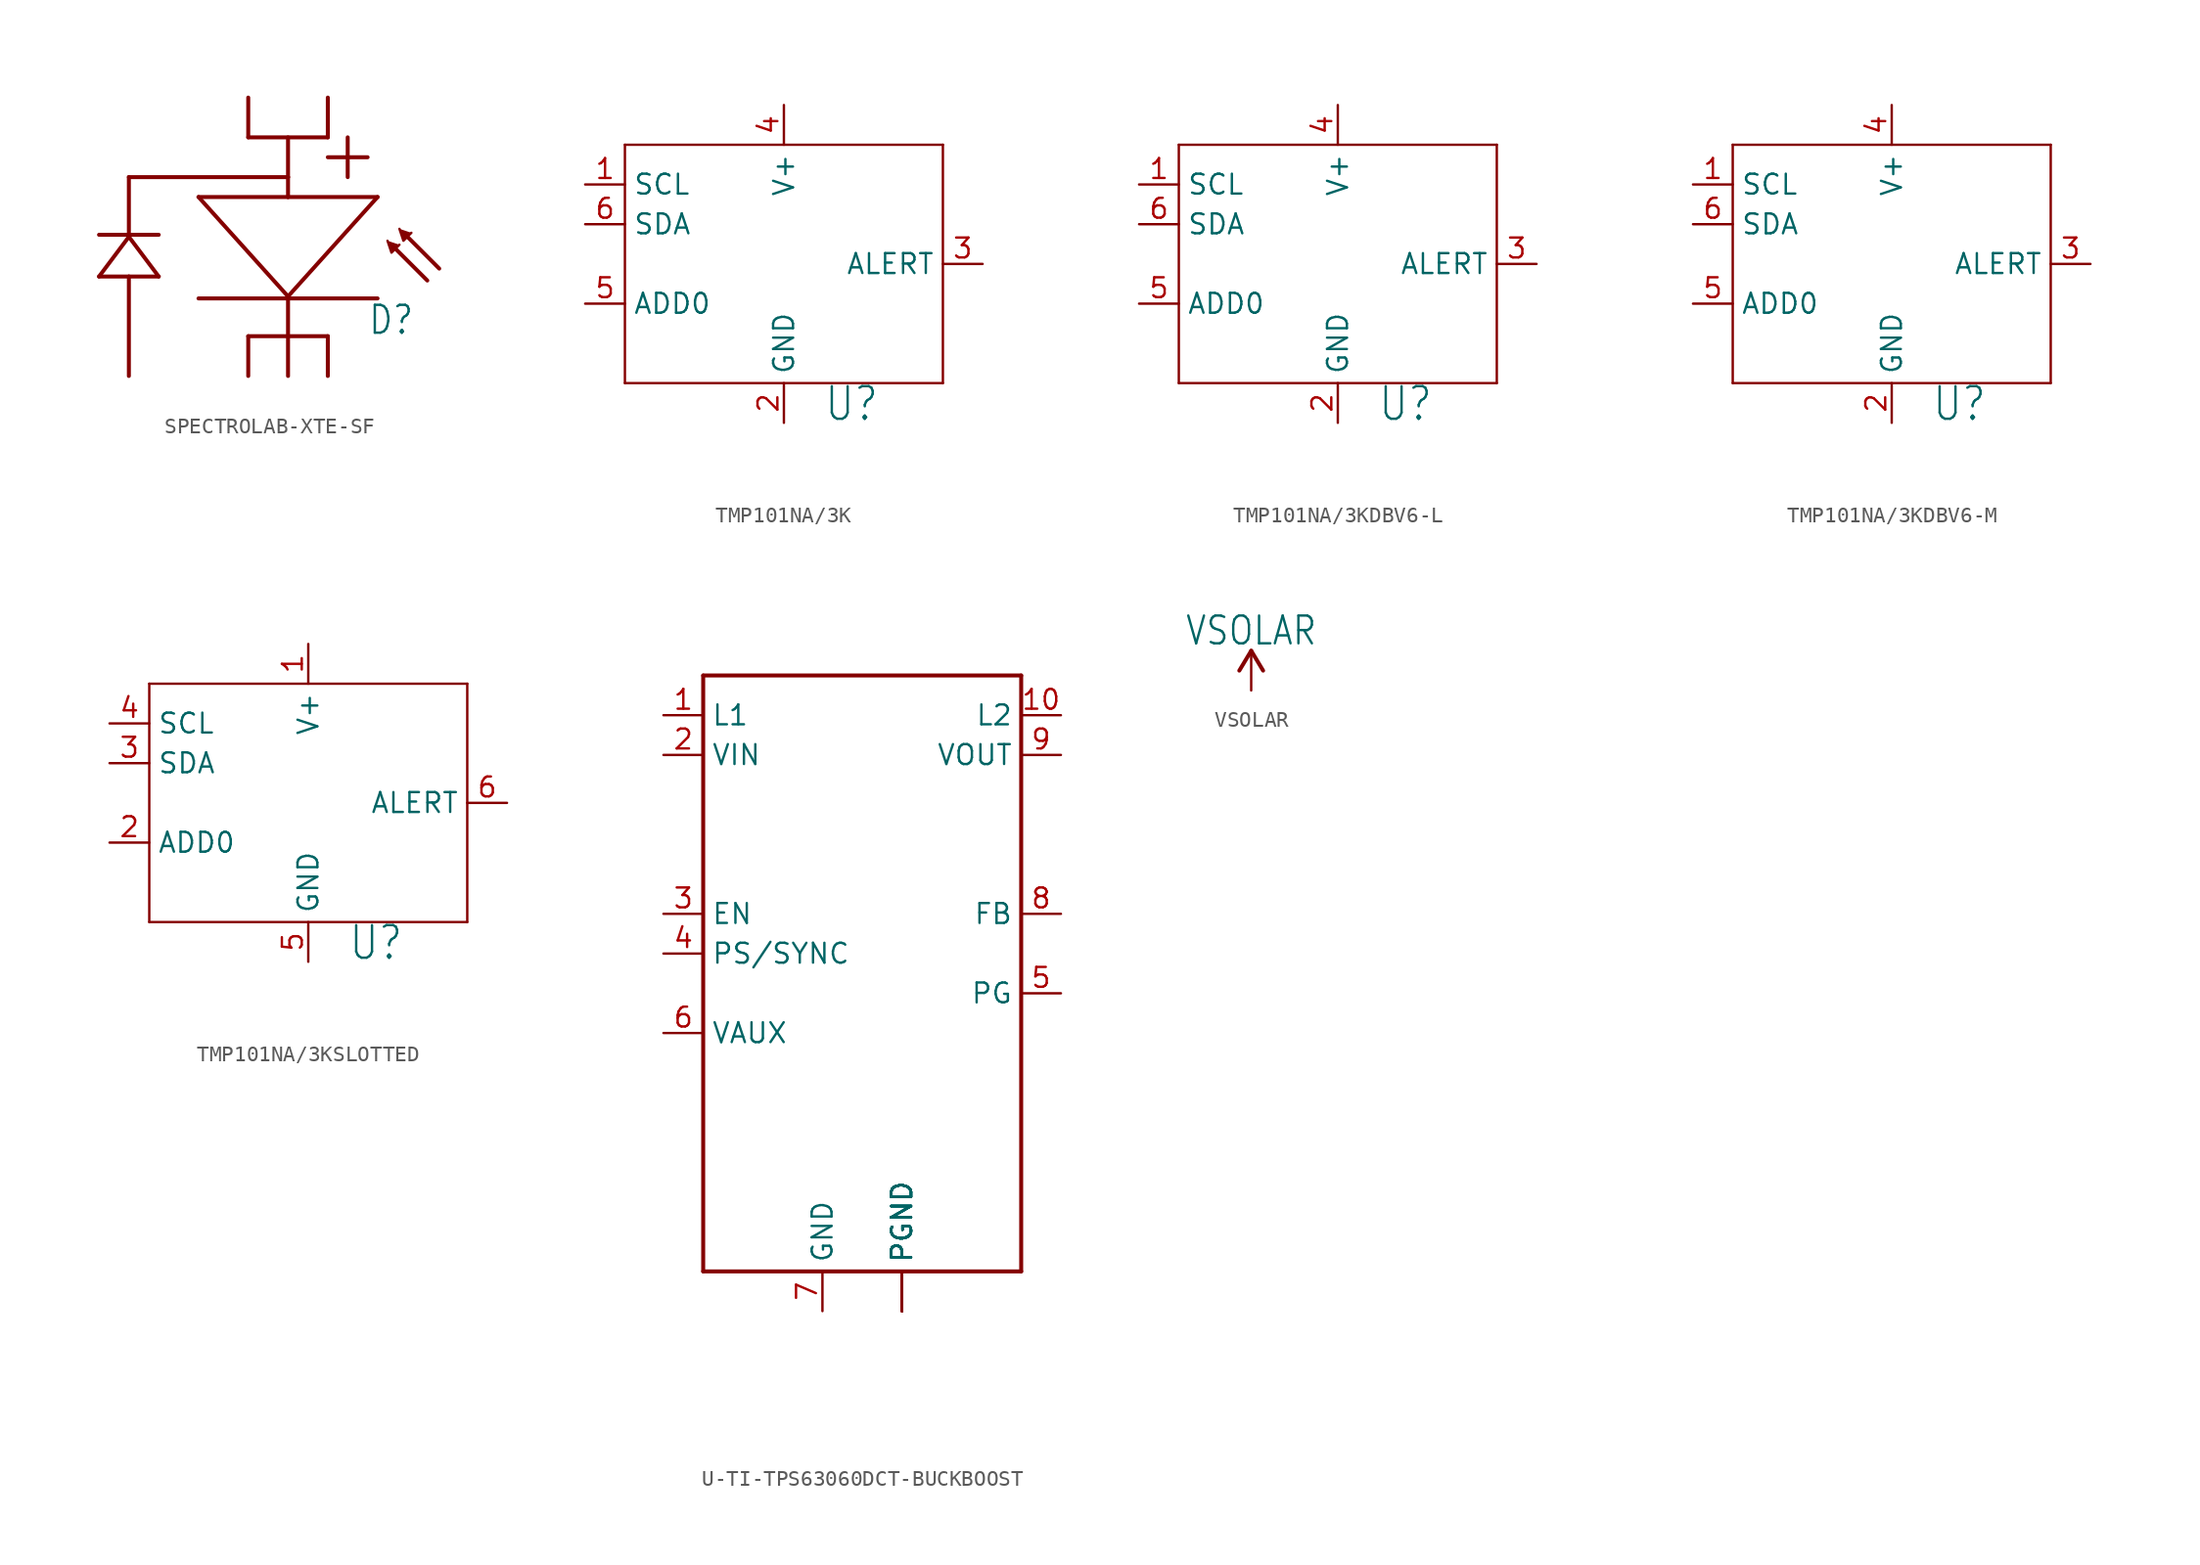
<source format=kicad_sym>
(kicad_symbol_lib
  (version 20220914)
  (generator kicad_symbol_editor)
  (symbol "SPECTROLAB-XTE-SF"
    (property "Reference" "D"
      (at 5.08 -6.35 0)
      (effects (font (size 1.778 1.511)) (justify left bottom)))
    (property "Value" ""
      (at 5.08 -8.89 0)
      (effects (font (size 1.778 1.511)) (justify left bottom)))
    (property "ki_locked" ""
      (at 0 0 0)
      (effects (font (size 1.27 1.27))))
    (symbol "SPECTROLAB-XTE-SF_1_0"
      (polyline (pts (xy -12.065 -2.54) (xy -10.16 -2.54)) (stroke (width 0.254) (type solid)) (fill (type none)))
      (polyline (pts (xy -12.065 0.127) (xy -8.255 0.127)) (stroke (width 0.254) (type solid)) (fill (type none)))
      (polyline (pts (xy -10.16 -2.54) (xy -10.16 -8.89)) (stroke (width 0.254) (type solid)) (fill (type none)))
      (polyline (pts (xy -10.16 -2.54) (xy -8.255 -2.54)) (stroke (width 0.254) (type solid)) (fill (type none)))
      (polyline (pts (xy -10.16 0) (xy -12.065 -2.54)) (stroke (width 0.254) (type solid)) (fill (type none)))
      (polyline (pts (xy -10.16 0) (xy -10.16 3.81)) (stroke (width 0.254) (type solid)) (fill (type none)))
      (polyline (pts (xy -10.16 3.81) (xy 0 3.81)) (stroke (width 0.254) (type solid)) (fill (type none)))
      (polyline (pts (xy -8.255 -2.54) (xy -10.16 0)) (stroke (width 0.254) (type solid)) (fill (type none)))
      (polyline (pts (xy -5.715 2.54) (xy 0 -3.81)) (stroke (width 0.254) (type solid)) (fill (type none)))
      (polyline (pts (xy -2.54 -6.35) (xy -2.54 -8.89)) (stroke (width 0.254) (type solid)) (fill (type none)))
      (polyline (pts (xy -2.54 6.35) (xy -2.54 8.89)) (stroke (width 0.254) (type solid)) (fill (type none)))
      (polyline (pts (xy -2.54 6.35) (xy 2.54 6.35)) (stroke (width 0.254) (type solid)) (fill (type none)))
      (polyline (pts (xy 0 -8.89) (xy 0 -6.35)) (stroke (width 0.254) (type solid)) (fill (type none)))
      (polyline (pts (xy 0 -6.35) (xy -2.54 -6.35)) (stroke (width 0.254) (type solid)) (fill (type none)))
      (polyline (pts (xy 0 -6.35) (xy 0 -3.81)) (stroke (width 0.254) (type solid)) (fill (type none)))
      (polyline (pts (xy 0 -3.81) (xy 5.715 2.54)) (stroke (width 0.254) (type solid)) (fill (type none)))
      (polyline (pts (xy 0 2.54) (xy -5.715 2.54)) (stroke (width 0.254) (type solid)) (fill (type none)))
      (polyline (pts (xy 0 2.54) (xy 0 3.81)) (stroke (width 0.254) (type solid)) (fill (type none)))
      (polyline (pts (xy 0 3.81) (xy 0 6.35)) (stroke (width 0.254) (type solid)) (fill (type none)))
      (polyline (pts (xy 2.54 -8.89) (xy 2.54 -6.35)) (stroke (width 0.254) (type solid)) (fill (type none)))
      (polyline (pts (xy 2.54 -6.35) (xy 0 -6.35)) (stroke (width 0.254) (type solid)) (fill (type none)))
      (polyline (pts (xy 2.54 5.08) (xy 3.81 5.08)) (stroke (width 0.254) (type solid)) (fill (type none)))
      (polyline (pts (xy 2.54 6.35) (xy 2.54 8.89)) (stroke (width 0.254) (type solid)) (fill (type none)))
      (polyline (pts (xy 3.81 5.08) (xy 3.81 3.81)) (stroke (width 0.254) (type solid)) (fill (type none)))
      (polyline (pts (xy 3.81 5.08) (xy 3.81 6.35)) (stroke (width 0.254) (type solid)) (fill (type none)))
      (polyline (pts (xy 5.08 5.08) (xy 3.81 5.08)) (stroke (width 0.254) (type solid)) (fill (type none)))
      (polyline (pts (xy 5.715 -3.937) (xy -5.715 -3.937)) (stroke (width 0.254) (type solid)) (fill (type none)))
      (polyline (pts (xy 5.715 2.54) (xy 0 2.54)) (stroke (width 0.254) (type solid)) (fill (type none)))
      (polyline (pts (xy 6.604 -0.508) (xy 8.89 -2.794)) (stroke (width 0.254) (type solid)) (fill (type none)))
      (polyline (pts (xy 7.366 0.254) (xy 9.652 -2.032)) (stroke (width 0.254) (type solid)) (fill (type none)))
      (polyline (pts (xy 7.112 -0.508) (xy 6.604 -1.016) (xy 6.35 -0.254)) (stroke (width 0.152) (type solid)) (fill (type outline)))
      (polyline (pts (xy 7.874 0.254) (xy 7.366 -0.254) (xy 7.112 0.508)) (stroke (width 0.152) (type solid)) (fill (type outline)))
      (pin passive line (at 2.54 -8.89 90) (length 0) (name "C1" (effects (font (size 0 0)))) (number "NEG1" (effects (font (size 0 0)))))
      (pin passive line (at 0 -8.89 90) (length 0) (name "C2" (effects (font (size 0 0)))) (number "NEG2" (effects (font (size 0 0)))))
      (pin passive line (at -2.54 -8.89 90) (length 0) (name "C3" (effects (font (size 0 0)))) (number "NEG3" (effects (font (size 0 0)))))
      (pin passive line (at -10.16 -8.89 90) (length 0) (name "C4" (effects (font (size 0 0)))) (number "NEG4" (effects (font (size 0 0)))))
      (pin passive line (at 2.54 8.89 270) (length 0) (name "A1" (effects (font (size 0 0)))) (number "POS1" (effects (font (size 0 0)))))
      (pin passive line (at -2.54 8.89 270) (length 0) (name "A2" (effects (font (size 0 0)))) (number "POS2" (effects (font (size 0 0)))))))
  (symbol "TMP101NA/3K"
    (property "Reference" "U"
      (at 2.54 -10.16 0)
      (effects (font (size 2.083 1.77)) (justify left bottom)))
    (property "Value" ""
      (at 2.54 -12.7 0)
      (effects (font (size 2.083 1.77)) (justify left bottom)))
    (property "ki_locked" ""
      (at 0 0 0)
      (effects (font (size 1.27 1.27))))
    (symbol "TMP101NA/3K_1_0"
      (polyline (pts (xy -10.16 -7.62) (xy 10.16 -7.62)) (stroke (width 0.152) (type solid)) (fill (type none)))
      (polyline (pts (xy -10.16 7.62) (xy -10.16 -7.62)) (stroke (width 0.152) (type solid)) (fill (type none)))
      (polyline (pts (xy 10.16 -7.62) (xy 10.16 7.62)) (stroke (width 0.152) (type solid)) (fill (type none)))
      (polyline (pts (xy 10.16 7.62) (xy -10.16 7.62)) (stroke (width 0.152) (type solid)) (fill (type none)))
      (pin input line (at -12.7 5.08 0) (length 2.54) (name "SCL" (effects (font (size 1.27 1.27)))) (number "1" (effects (font (size 1.27 1.27)))))
      (pin power_in line (at 0 -10.16 90) (length 2.54) (name "GND" (effects (font (size 1.27 1.27)))) (number "2" (effects (font (size 1.27 1.27)))))
      (pin output line (at 12.7 0 180) (length 2.54) (name "ALERT" (effects (font (size 1.27 1.27)))) (number "3" (effects (font (size 1.27 1.27)))))
      (pin power_in line (at 0 10.16 270) (length 2.54) (name "V+" (effects (font (size 1.27 1.27)))) (number "4" (effects (font (size 1.27 1.27)))))
      (pin input line (at -12.7 -2.54 0) (length 2.54) (name "ADD0" (effects (font (size 1.27 1.27)))) (number "5" (effects (font (size 1.27 1.27)))))
      (pin open_collector line (at -12.7 2.54 0) (length 2.54) (name "SDA" (effects (font (size 1.27 1.27)))) (number "6" (effects (font (size 1.27 1.27)))))))
  (symbol "TMP101NA/3KDBV6-L"
    (property "Reference" "U"
      (at 2.54 -10.16 0)
      (effects (font (size 2.083 1.77)) (justify left bottom)))
    (property "Value" ""
      (at 2.54 -12.7 0)
      (effects (font (size 2.083 1.77)) (justify left bottom)))
    (property "ki_locked" ""
      (at 0 0 0)
      (effects (font (size 1.27 1.27))))
    (symbol "TMP101NA/3KDBV6-L_1_0"
      (polyline (pts (xy -10.16 -7.62) (xy 10.16 -7.62)) (stroke (width 0.152) (type solid)) (fill (type none)))
      (polyline (pts (xy -10.16 7.62) (xy -10.16 -7.62)) (stroke (width 0.152) (type solid)) (fill (type none)))
      (polyline (pts (xy 10.16 -7.62) (xy 10.16 7.62)) (stroke (width 0.152) (type solid)) (fill (type none)))
      (polyline (pts (xy 10.16 7.62) (xy -10.16 7.62)) (stroke (width 0.152) (type solid)) (fill (type none)))
      (pin input line (at -12.7 5.08 0) (length 2.54) (name "SCL" (effects (font (size 1.27 1.27)))) (number "1" (effects (font (size 1.27 1.27)))))
      (pin power_in line (at 0 -10.16 90) (length 2.54) (name "GND" (effects (font (size 1.27 1.27)))) (number "2" (effects (font (size 1.27 1.27)))))
      (pin output line (at 12.7 0 180) (length 2.54) (name "ALERT" (effects (font (size 1.27 1.27)))) (number "3" (effects (font (size 1.27 1.27)))))
      (pin power_in line (at 0 10.16 270) (length 2.54) (name "V+" (effects (font (size 1.27 1.27)))) (number "4" (effects (font (size 1.27 1.27)))))
      (pin input line (at -12.7 -2.54 0) (length 2.54) (name "ADD0" (effects (font (size 1.27 1.27)))) (number "5" (effects (font (size 1.27 1.27)))))
      (pin open_collector line (at -12.7 2.54 0) (length 2.54) (name "SDA" (effects (font (size 1.27 1.27)))) (number "6" (effects (font (size 1.27 1.27)))))))
  (symbol "TMP101NA/3KDBV6-M"
    (property "Reference" "U"
      (at 2.54 -10.16 0)
      (effects (font (size 2.083 1.77)) (justify left bottom)))
    (property "Value" ""
      (at 2.54 -12.7 0)
      (effects (font (size 2.083 1.77)) (justify left bottom)))
    (property "ki_locked" ""
      (at 0 0 0)
      (effects (font (size 1.27 1.27))))
    (symbol "TMP101NA/3KDBV6-M_1_0"
      (polyline (pts (xy -10.16 -7.62) (xy 10.16 -7.62)) (stroke (width 0.152) (type solid)) (fill (type none)))
      (polyline (pts (xy -10.16 7.62) (xy -10.16 -7.62)) (stroke (width 0.152) (type solid)) (fill (type none)))
      (polyline (pts (xy 10.16 -7.62) (xy 10.16 7.62)) (stroke (width 0.152) (type solid)) (fill (type none)))
      (polyline (pts (xy 10.16 7.62) (xy -10.16 7.62)) (stroke (width 0.152) (type solid)) (fill (type none)))
      (pin input line (at -12.7 5.08 0) (length 2.54) (name "SCL" (effects (font (size 1.27 1.27)))) (number "1" (effects (font (size 1.27 1.27)))))
      (pin power_in line (at 0 -10.16 90) (length 2.54) (name "GND" (effects (font (size 1.27 1.27)))) (number "2" (effects (font (size 1.27 1.27)))))
      (pin output line (at 12.7 0 180) (length 2.54) (name "ALERT" (effects (font (size 1.27 1.27)))) (number "3" (effects (font (size 1.27 1.27)))))
      (pin power_in line (at 0 10.16 270) (length 2.54) (name "V+" (effects (font (size 1.27 1.27)))) (number "4" (effects (font (size 1.27 1.27)))))
      (pin input line (at -12.7 -2.54 0) (length 2.54) (name "ADD0" (effects (font (size 1.27 1.27)))) (number "5" (effects (font (size 1.27 1.27)))))
      (pin open_collector line (at -12.7 2.54 0) (length 2.54) (name "SDA" (effects (font (size 1.27 1.27)))) (number "6" (effects (font (size 1.27 1.27)))))))
  (symbol "TMP101NA/3KSLOTTED"
    (property "Reference" "U"
      (at 2.54 -10.16 0)
      (effects (font (size 2.083 1.77)) (justify left bottom)))
    (property "Value" ""
      (at 2.54 -12.7 0)
      (effects (font (size 2.083 1.77)) (justify left bottom)))
    (property "ki_locked" ""
      (at 0 0 0)
      (effects (font (size 1.27 1.27))))
    (symbol "TMP101NA/3KSLOTTED_1_0"
      (polyline (pts (xy -10.16 -7.62) (xy 10.16 -7.62)) (stroke (width 0.152) (type solid)) (fill (type none)))
      (polyline (pts (xy -10.16 7.62) (xy -10.16 -7.62)) (stroke (width 0.152) (type solid)) (fill (type none)))
      (polyline (pts (xy 10.16 -7.62) (xy 10.16 7.62)) (stroke (width 0.152) (type solid)) (fill (type none)))
      (polyline (pts (xy 10.16 7.62) (xy -10.16 7.62)) (stroke (width 0.152) (type solid)) (fill (type none)))
      (pin power_in line (at 0 10.16 270) (length 2.54) (name "V+" (effects (font (size 1.27 1.27)))) (number "1" (effects (font (size 1.27 1.27)))))
      (pin input line (at -12.7 -2.54 0) (length 2.54) (name "ADD0" (effects (font (size 1.27 1.27)))) (number "2" (effects (font (size 1.27 1.27)))))
      (pin open_collector line (at -12.7 2.54 0) (length 2.54) (name "SDA" (effects (font (size 1.27 1.27)))) (number "3" (effects (font (size 1.27 1.27)))))
      (pin input line (at -12.7 5.08 0) (length 2.54) (name "SCL" (effects (font (size 1.27 1.27)))) (number "4" (effects (font (size 1.27 1.27)))))
      (pin power_in line (at 0 -10.16 90) (length 2.54) (name "GND" (effects (font (size 1.27 1.27)))) (number "5" (effects (font (size 1.27 1.27)))))
      (pin output line (at 12.7 0 180) (length 2.54) (name "ALERT" (effects (font (size 1.27 1.27)))) (number "6" (effects (font (size 1.27 1.27)))))))
  (symbol "U-TI-TPS63060DCT-BUCKBOOST"
    (property "Reference" ""
      (at 7.62 -25.4 0)
      (effects (font (size 1.778 1.511)) (justify left bottom) hide))
    (property "Value" ""
      (at 7.62 -27.94 0)
      (effects (font (size 1.778 1.511)) (justify left bottom)))
    (property "ki_locked" ""
      (at 0 0 0)
      (effects (font (size 1.27 1.27))))
    (symbol "U-TI-TPS63060DCT-BUCKBOOST_1_0"
      (polyline (pts (xy -10.16 -20.32) (xy 10.16 -20.32)) (stroke (width 0.254) (type solid)) (fill (type none)))
      (polyline (pts (xy -10.16 17.78) (xy -10.16 -20.32)) (stroke (width 0.254) (type solid)) (fill (type none)))
      (polyline (pts (xy 10.16 -20.32) (xy 10.16 17.78)) (stroke (width 0.254) (type solid)) (fill (type none)))
      (polyline (pts (xy 10.16 17.78) (xy -10.16 17.78)) (stroke (width 0.254) (type solid)) (fill (type none)))
      (pin passive line (at -12.7 15.24 0) (length 2.54) (name "L1" (effects (font (size 1.27 1.27)))) (number "1" (effects (font (size 1.27 1.27)))))
      (pin passive line (at 12.7 15.24 180) (length 2.54) (name "L2" (effects (font (size 1.27 1.27)))) (number "10" (effects (font (size 1.27 1.27)))))
      (pin power_in line (at 2.54 -22.86 90) (length 2.54) (name "PGND" (effects (font (size 1.27 1.27)))) (number "11" (effects (font (size 0 0)))))
      (pin power_in line (at 2.54 -22.86 90) (length 2.54) (name "PGND" (effects (font (size 1.27 1.27)))) (number "12" (effects (font (size 0 0)))))
      (pin power_in line (at 2.54 -22.86 90) (length 2.54) (name "PGND" (effects (font (size 1.27 1.27)))) (number "13" (effects (font (size 0 0)))))
      (pin power_in line (at 2.54 -22.86 90) (length 2.54) (name "PGND" (effects (font (size 1.27 1.27)))) (number "14" (effects (font (size 0 0)))))
      (pin power_in line (at 2.54 -22.86 90) (length 2.54) (name "PGND" (effects (font (size 1.27 1.27)))) (number "15" (effects (font (size 0 0)))))
      (pin power_in line (at 2.54 -22.86 90) (length 2.54) (name "PGND" (effects (font (size 1.27 1.27)))) (number "16" (effects (font (size 0 0)))))
      (pin power_in line (at 2.54 -22.86 90) (length 2.54) (name "PGND" (effects (font (size 1.27 1.27)))) (number "17" (effects (font (size 0 0)))))
      (pin power_in line (at 2.54 -22.86 90) (length 2.54) (name "PGND" (effects (font (size 1.27 1.27)))) (number "18" (effects (font (size 0 0)))))
      (pin power_in line (at 2.54 -22.86 90) (length 2.54) (name "PGND" (effects (font (size 1.27 1.27)))) (number "19" (effects (font (size 0 0)))))
      (pin power_in line (at -12.7 12.7 0) (length 2.54) (name "VIN" (effects (font (size 1.27 1.27)))) (number "2" (effects (font (size 1.27 1.27)))))
      (pin input line (at -12.7 2.54 0) (length 2.54) (name "EN" (effects (font (size 1.27 1.27)))) (number "3" (effects (font (size 1.27 1.27)))))
      (pin input line (at -12.7 0 0) (length 2.54) (name "PS/SYNC" (effects (font (size 1.27 1.27)))) (number "4" (effects (font (size 1.27 1.27)))))
      (pin open_collector line (at 12.7 -2.54 180) (length 2.54) (name "PG" (effects (font (size 1.27 1.27)))) (number "5" (effects (font (size 1.27 1.27)))))
      (pin output line (at -12.7 -5.08 0) (length 2.54) (name "VAUX" (effects (font (size 1.27 1.27)))) (number "6" (effects (font (size 1.27 1.27)))))
      (pin power_in line (at -2.54 -22.86 90) (length 2.54) (name "GND" (effects (font (size 1.27 1.27)))) (number "7" (effects (font (size 1.27 1.27)))))
      (pin passive line (at 12.7 2.54 180) (length 2.54) (name "FB" (effects (font (size 1.27 1.27)))) (number "8" (effects (font (size 1.27 1.27)))))
      (pin power_in line (at 12.7 12.7 180) (length 2.54) (name "VOUT" (effects (font (size 1.27 1.27)))) (number "9" (effects (font (size 1.27 1.27)))))))
  (symbol "VSOLAR"
    (power)
    (property "Reference" "#VSOLAR"
      (at 0 0 0)
      (effects (font (size 1.27 1.27)) hide))
    (property "Value" "VSOLAR"
      (at 0 2.794 0)
      (effects (font (size 1.778 1.511)) (justify bottom)))
    (property "ki_locked" ""
      (at 0 0 0)
      (effects (font (size 1.27 1.27))))
    (symbol "VSOLAR_1_0"
      (polyline (pts (xy 0 2.54) (xy -0.762 1.27)) (stroke (width 0.254) (type solid)) (fill (type none)))
      (polyline (pts (xy 0.762 1.27) (xy 0 2.54)) (stroke (width 0.254) (type solid)) (fill (type none)))
      (pin power_in line (at 0 0 90) (length 2.54) (name "VSOLAR" (effects (font (size 0 0)))) (number "1" (effects (font (size 0 0))))))))
</source>
